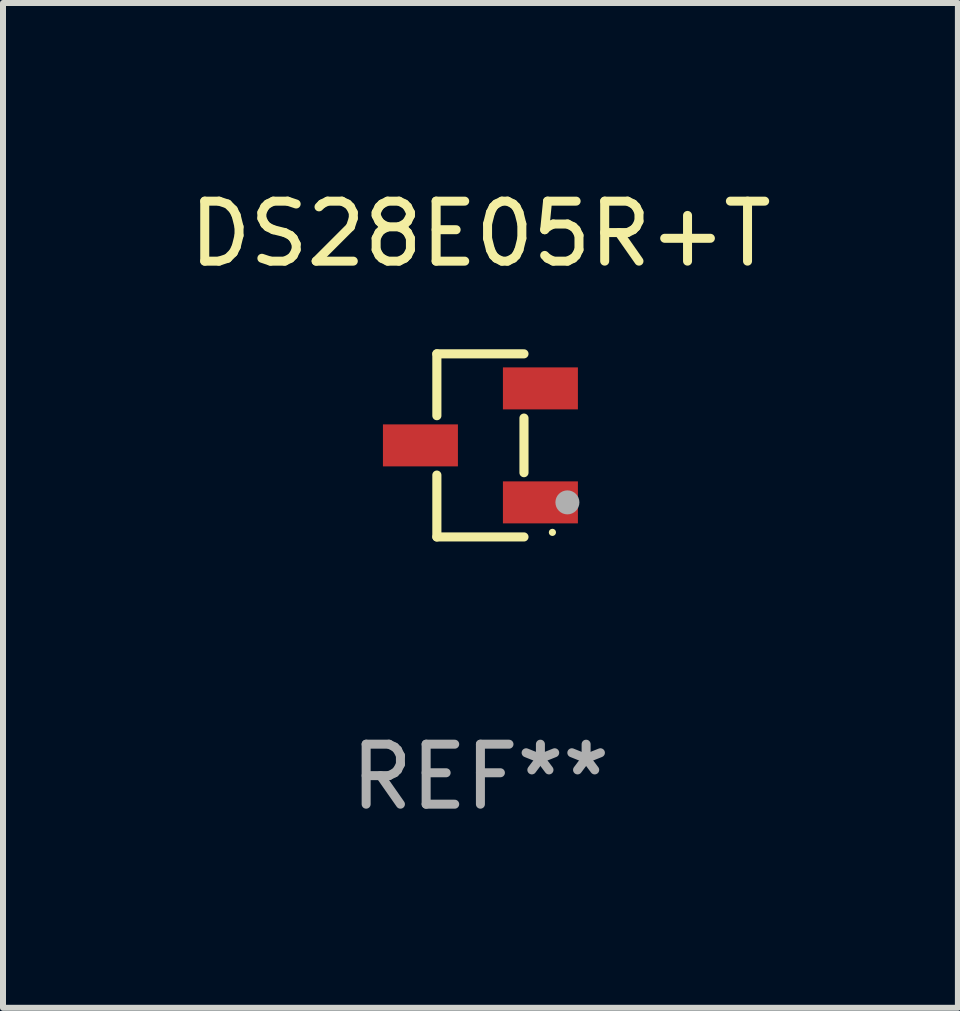
<source format=kicad_pcb>
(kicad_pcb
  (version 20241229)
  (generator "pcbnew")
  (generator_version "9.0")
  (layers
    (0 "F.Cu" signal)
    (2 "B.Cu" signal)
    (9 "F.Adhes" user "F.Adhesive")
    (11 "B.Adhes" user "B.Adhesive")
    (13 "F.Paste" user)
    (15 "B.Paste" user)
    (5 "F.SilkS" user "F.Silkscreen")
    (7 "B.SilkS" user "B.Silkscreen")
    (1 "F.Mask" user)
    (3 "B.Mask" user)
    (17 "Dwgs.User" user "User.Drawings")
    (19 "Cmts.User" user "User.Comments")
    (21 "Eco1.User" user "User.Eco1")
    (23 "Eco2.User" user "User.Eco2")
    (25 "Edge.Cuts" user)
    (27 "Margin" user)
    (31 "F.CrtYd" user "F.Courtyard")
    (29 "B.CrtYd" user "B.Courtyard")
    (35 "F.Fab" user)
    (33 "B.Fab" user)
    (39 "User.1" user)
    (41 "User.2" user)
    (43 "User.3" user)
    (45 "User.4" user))
  (footprint "DS28E05R+T"
    (layer "F.Cu")
    (at 4.958 4.374)
    (property "Reference" "DS28E05R+T" (at 0 -3.526 0) (layer "F.SilkS") (effects (font (size 1 1) (thickness 0.15))))
    (attr through_hole)
    (fp_line (start -0.726 -1.526) (end -0.726 -0.495) (stroke (width 0.152) (type solid)) (layer "F.SilkS"))
    (fp_line (start -0.726 1.526) (end -0.726 0.495) (stroke (width 0.152) (type solid)) (layer "F.SilkS"))
    (fp_line (start 0.726 -1.526) (end -0.726 -1.526) (stroke (width 0.152) (type solid)) (layer "F.SilkS"))
    (fp_line (start 0.726 -0.455) (end 0.726 0.455) (stroke (width 0.152) (type solid)) (layer "F.SilkS"))
    (fp_line (start 0.726 1.526) (end -0.726 1.526) (stroke (width 0.152) (type solid)) (layer "F.SilkS"))
    (fp_circle (center 1.2 1.45) (end 1.23 1.45) (stroke (width 0.06) (type solid)) (fill no) (layer "F.SilkS"))
    (fp_circle (center 1.45 0.95) (end 1.55 0.95) (stroke (width 0.2) (type solid)) (fill no) (layer "F.Fab"))
    (fp_text user "REF**" (at 0 5.526 0) (layer "F.Fab") (effects (font (size 1 1) (thickness 0.15))))
    (pad "1" smd rect (at 1 0.95) (size 1.25 0.7) (layers "F.Cu" "F.Mask" "F.Paste"))
    (pad "2" smd rect (at 1 -0.95) (size 1.25 0.7) (layers "F.Cu" "F.Mask" "F.Paste"))
    (pad "3" smd rect (at -1 0) (size 1.25 0.7) (layers "F.Cu" "F.Mask" "F.Paste")))
  (gr_rect
    (start -3 -3)
    (end 12.917 13.749)
    (stroke (width 0.1) (type default))
    (fill no)
    (layer "Edge.Cuts")))
</source>
